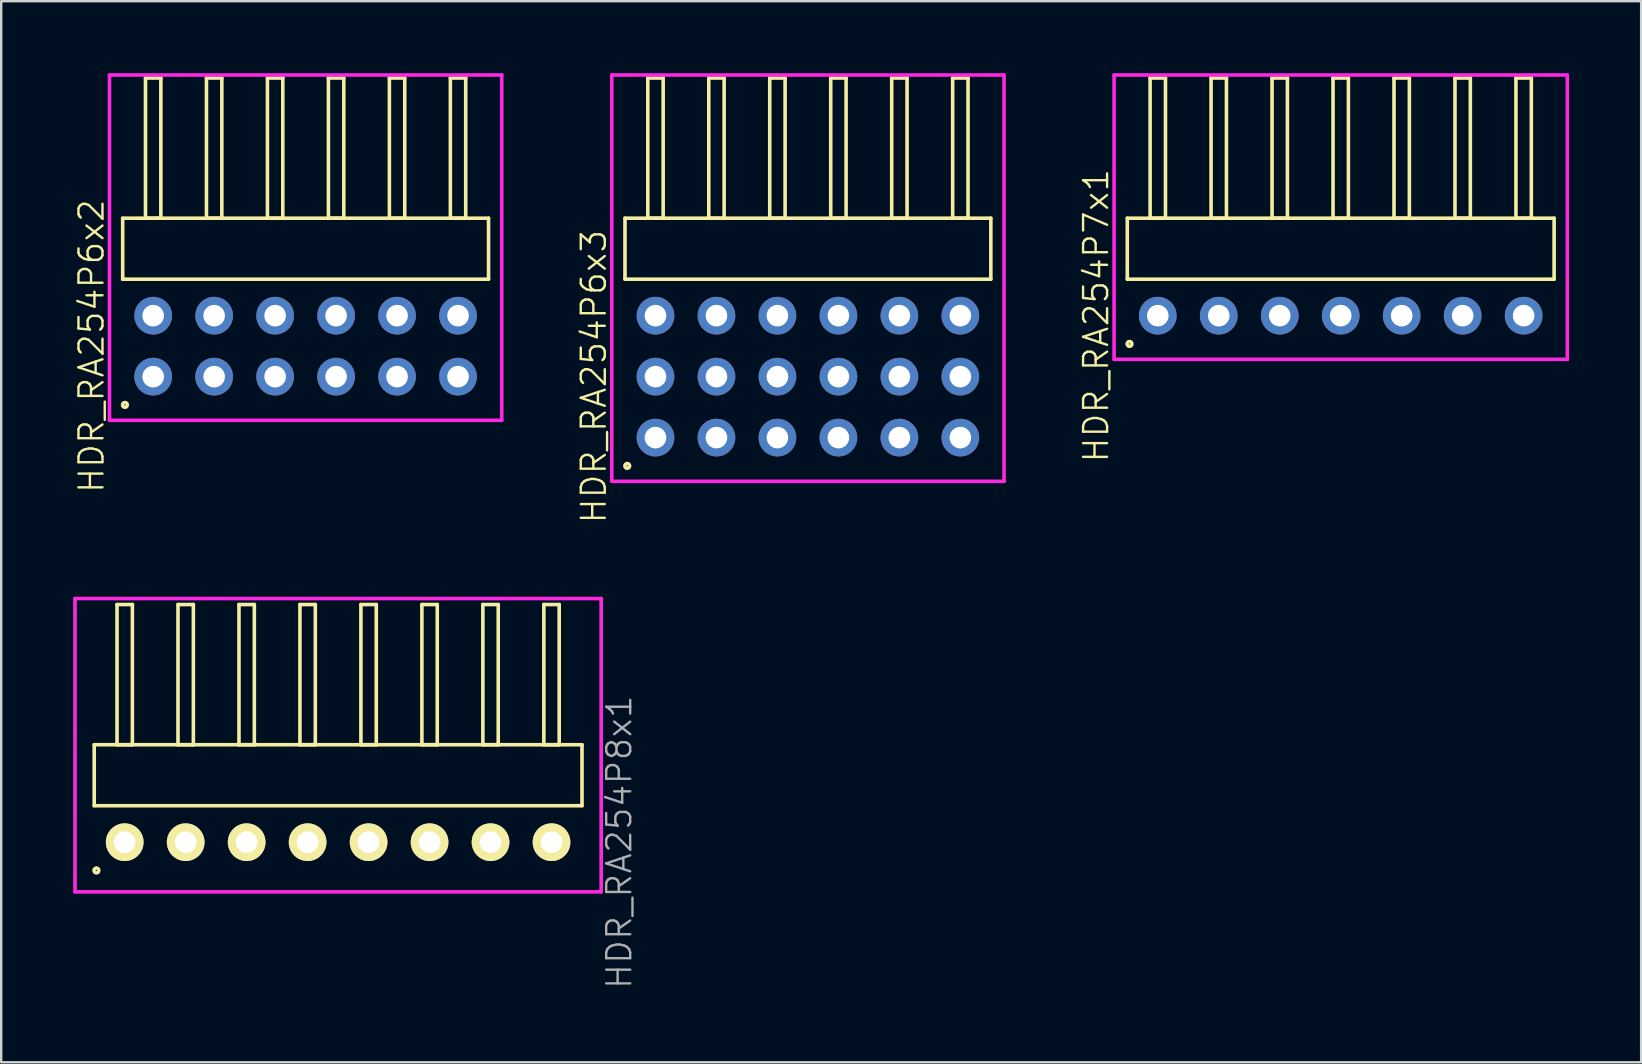
<source format=kicad_pcb>
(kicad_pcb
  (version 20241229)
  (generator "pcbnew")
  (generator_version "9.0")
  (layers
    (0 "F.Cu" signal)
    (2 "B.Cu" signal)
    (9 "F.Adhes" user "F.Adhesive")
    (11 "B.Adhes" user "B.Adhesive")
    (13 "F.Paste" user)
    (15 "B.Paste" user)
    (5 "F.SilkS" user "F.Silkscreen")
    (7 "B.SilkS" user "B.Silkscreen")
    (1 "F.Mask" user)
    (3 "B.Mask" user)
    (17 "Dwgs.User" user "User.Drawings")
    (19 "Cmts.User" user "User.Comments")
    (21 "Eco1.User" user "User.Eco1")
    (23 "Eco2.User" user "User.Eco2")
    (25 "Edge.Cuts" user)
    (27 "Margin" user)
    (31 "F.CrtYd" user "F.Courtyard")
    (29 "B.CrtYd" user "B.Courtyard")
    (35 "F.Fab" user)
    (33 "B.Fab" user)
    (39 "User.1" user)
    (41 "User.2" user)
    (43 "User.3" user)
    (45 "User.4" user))
  (footprint "HDR_RA254P7x1"
    (layer "F.Cu")
    (at 52.801 10.1)
    (property "Reference" "HDR_RA254P7x1" (at -10.19 0 90) (layer "F.SilkS") (effects (font (size 1 1) (thickness 0.1))))
    (attr through_hole)
    (fp_line (start -8.89 -4.06) (end -8.89 -1.52) (stroke (width 0.15) (type solid)) (layer "F.SilkS"))
    (fp_line (start -8.89 -1.52) (end 8.89 -1.52) (stroke (width 0.15) (type solid)) (layer "F.SilkS"))
    (fp_line (start -7.94 -9.9) (end -7.94 -4.06) (stroke (width 0.15) (type solid)) (layer "F.SilkS"))
    (fp_line (start -7.94 -4.06) (end -7.3 -4.06) (stroke (width 0.15) (type solid)) (layer "F.SilkS"))
    (fp_line (start -7.3 -9.9) (end -7.94 -9.9) (stroke (width 0.15) (type solid)) (layer "F.SilkS"))
    (fp_line (start -7.3 -4.06) (end -7.3 -9.9) (stroke (width 0.15) (type solid)) (layer "F.SilkS"))
    (fp_line (start -5.4 -9.9) (end -5.4 -4.06) (stroke (width 0.15) (type solid)) (layer "F.SilkS"))
    (fp_line (start -5.4 -4.06) (end -4.76 -4.06) (stroke (width 0.15) (type solid)) (layer "F.SilkS"))
    (fp_line (start -4.76 -9.9) (end -5.4 -9.9) (stroke (width 0.15) (type solid)) (layer "F.SilkS"))
    (fp_line (start -4.76 -4.06) (end -4.76 -9.9) (stroke (width 0.15) (type solid)) (layer "F.SilkS"))
    (fp_line (start -2.86 -9.9) (end -2.86 -4.06) (stroke (width 0.15) (type solid)) (layer "F.SilkS"))
    (fp_line (start -2.86 -4.06) (end -2.22 -4.06) (stroke (width 0.15) (type solid)) (layer "F.SilkS"))
    (fp_line (start -2.22 -9.9) (end -2.86 -9.9) (stroke (width 0.15) (type solid)) (layer "F.SilkS"))
    (fp_line (start -2.22 -4.06) (end -2.22 -9.9) (stroke (width 0.15) (type solid)) (layer "F.SilkS"))
    (fp_line (start -0.32 -9.9) (end -0.32 -4.06) (stroke (width 0.15) (type solid)) (layer "F.SilkS"))
    (fp_line (start -0.32 -4.06) (end 0.32 -4.06) (stroke (width 0.15) (type solid)) (layer "F.SilkS"))
    (fp_line (start 0.32 -9.9) (end -0.32 -9.9) (stroke (width 0.15) (type solid)) (layer "F.SilkS"))
    (fp_line (start 0.32 -4.06) (end 0.32 -9.9) (stroke (width 0.15) (type solid)) (layer "F.SilkS"))
    (fp_line (start 2.22 -9.9) (end 2.22 -4.06) (stroke (width 0.15) (type solid)) (layer "F.SilkS"))
    (fp_line (start 2.22 -4.06) (end 2.86 -4.06) (stroke (width 0.15) (type solid)) (layer "F.SilkS"))
    (fp_line (start 2.86 -9.9) (end 2.22 -9.9) (stroke (width 0.15) (type solid)) (layer "F.SilkS"))
    (fp_line (start 2.86 -4.06) (end 2.86 -9.9) (stroke (width 0.15) (type solid)) (layer "F.SilkS"))
    (fp_line (start 4.76 -9.9) (end 4.76 -4.06) (stroke (width 0.15) (type solid)) (layer "F.SilkS"))
    (fp_line (start 4.76 -4.06) (end 5.4 -4.06) (stroke (width 0.15) (type solid)) (layer "F.SilkS"))
    (fp_line (start 5.4 -9.9) (end 4.76 -9.9) (stroke (width 0.15) (type solid)) (layer "F.SilkS"))
    (fp_line (start 5.4 -4.06) (end 5.4 -9.9) (stroke (width 0.15) (type solid)) (layer "F.SilkS"))
    (fp_line (start 7.3 -9.9) (end 7.3 -4.06) (stroke (width 0.15) (type solid)) (layer "F.SilkS"))
    (fp_line (start 7.3 -4.06) (end 7.94 -4.06) (stroke (width 0.15) (type solid)) (layer "F.SilkS"))
    (fp_line (start 7.94 -9.9) (end 7.3 -9.9) (stroke (width 0.15) (type solid)) (layer "F.SilkS"))
    (fp_line (start 7.94 -4.06) (end 7.94 -9.9) (stroke (width 0.15) (type solid)) (layer "F.SilkS"))
    (fp_line (start 8.89 -4.06) (end -8.89 -4.06) (stroke (width 0.15) (type solid)) (layer "F.SilkS"))
    (fp_line (start 8.89 -1.52) (end 8.89 -4.06) (stroke (width 0.15) (type solid)) (layer "F.SilkS"))
    (fp_circle (center -8.797 1.177) (end -8.697 1.177) (stroke (width 0.15) (type solid)) (fill no) (layer "F.SilkS"))
    (fp_line (start -9.44 -10.025) (end -9.44 1.82) (stroke (width 0.15) (type solid)) (layer "F.CrtYd"))
    (fp_line (start -9.44 1.82) (end 9.44 1.82) (stroke (width 0.15) (type solid)) (layer "F.CrtYd"))
    (fp_line (start 9.44 -10.025) (end -9.44 -10.025) (stroke (width 0.15) (type solid)) (layer "F.CrtYd"))
    (fp_line (start 9.44 1.82) (end 9.44 -10.025) (stroke (width 0.15) (type solid)) (layer "F.CrtYd"))
    (pad "1" thru_hole oval (at -7.62 0) (size 1.57 1.57) (drill 0.9) (layers "*.Cu" "*.Mask"))
    (pad "2" thru_hole oval (at -5.08 0) (size 1.57 1.57) (drill 0.9) (layers "*.Cu" "*.Mask"))
    (pad "3" thru_hole oval (at -2.54 0) (size 1.57 1.57) (drill 0.9) (layers "*.Cu" "*.Mask"))
    (pad "4" thru_hole oval (at 0 0) (size 1.57 1.57) (drill 0.9) (layers "*.Cu" "*.Mask"))
    (pad "5" thru_hole oval (at 2.54 0) (size 1.57 1.57) (drill 0.9) (layers "*.Cu" "*.Mask"))
    (pad "6" thru_hole oval (at 5.08 0) (size 1.57 1.57) (drill 0.9) (layers "*.Cu" "*.Mask"))
    (pad "7" thru_hole oval (at 7.62 0) (size 1.57 1.57) (drill 0.9) (layers "*.Cu" "*.Mask")))
  (footprint "HDR_RA254P6x3"
    (layer "F.Cu")
    (at 30.606 12.64)
    (property "Reference" "HDR_RA254P6x3" (at -8.92 0 90) (layer "F.SilkS") (effects (font (size 1 1) (thickness 0.1))))
    (attr through_hole)
    (fp_line (start -7.62 -6.6) (end -7.62 -4.06) (stroke (width 0.15) (type solid)) (layer "F.SilkS"))
    (fp_line (start -7.62 -4.06) (end 7.62 -4.06) (stroke (width 0.15) (type solid)) (layer "F.SilkS"))
    (fp_line (start -6.67 -12.44) (end -6.67 -6.6) (stroke (width 0.15) (type solid)) (layer "F.SilkS"))
    (fp_line (start -6.67 -6.6) (end -6.03 -6.6) (stroke (width 0.15) (type solid)) (layer "F.SilkS"))
    (fp_line (start -6.03 -12.44) (end -6.67 -12.44) (stroke (width 0.15) (type solid)) (layer "F.SilkS"))
    (fp_line (start -6.03 -6.6) (end -6.03 -12.44) (stroke (width 0.15) (type solid)) (layer "F.SilkS"))
    (fp_line (start -4.13 -12.44) (end -4.13 -6.6) (stroke (width 0.15) (type solid)) (layer "F.SilkS"))
    (fp_line (start -4.13 -6.6) (end -3.49 -6.6) (stroke (width 0.15) (type solid)) (layer "F.SilkS"))
    (fp_line (start -3.49 -12.44) (end -4.13 -12.44) (stroke (width 0.15) (type solid)) (layer "F.SilkS"))
    (fp_line (start -3.49 -6.6) (end -3.49 -12.44) (stroke (width 0.15) (type solid)) (layer "F.SilkS"))
    (fp_line (start -1.59 -12.44) (end -1.59 -6.6) (stroke (width 0.15) (type solid)) (layer "F.SilkS"))
    (fp_line (start -1.59 -6.6) (end -0.95 -6.6) (stroke (width 0.15) (type solid)) (layer "F.SilkS"))
    (fp_line (start -0.95 -12.44) (end -1.59 -12.44) (stroke (width 0.15) (type solid)) (layer "F.SilkS"))
    (fp_line (start -0.95 -6.6) (end -0.95 -12.44) (stroke (width 0.15) (type solid)) (layer "F.SilkS"))
    (fp_line (start 0.95 -12.44) (end 0.95 -6.6) (stroke (width 0.15) (type solid)) (layer "F.SilkS"))
    (fp_line (start 0.95 -6.6) (end 1.59 -6.6) (stroke (width 0.15) (type solid)) (layer "F.SilkS"))
    (fp_line (start 1.59 -12.44) (end 0.95 -12.44) (stroke (width 0.15) (type solid)) (layer "F.SilkS"))
    (fp_line (start 1.59 -6.6) (end 1.59 -12.44) (stroke (width 0.15) (type solid)) (layer "F.SilkS"))
    (fp_line (start 3.49 -12.44) (end 3.49 -6.6) (stroke (width 0.15) (type solid)) (layer "F.SilkS"))
    (fp_line (start 3.49 -6.6) (end 4.13 -6.6) (stroke (width 0.15) (type solid)) (layer "F.SilkS"))
    (fp_line (start 4.13 -12.44) (end 3.49 -12.44) (stroke (width 0.15) (type solid)) (layer "F.SilkS"))
    (fp_line (start 4.13 -6.6) (end 4.13 -12.44) (stroke (width 0.15) (type solid)) (layer "F.SilkS"))
    (fp_line (start 6.03 -12.44) (end 6.03 -6.6) (stroke (width 0.15) (type solid)) (layer "F.SilkS"))
    (fp_line (start 6.03 -6.6) (end 6.67 -6.6) (stroke (width 0.15) (type solid)) (layer "F.SilkS"))
    (fp_line (start 6.67 -12.44) (end 6.03 -12.44) (stroke (width 0.15) (type solid)) (layer "F.SilkS"))
    (fp_line (start 6.67 -6.6) (end 6.67 -12.44) (stroke (width 0.15) (type solid)) (layer "F.SilkS"))
    (fp_line (start 7.62 -6.6) (end -7.62 -6.6) (stroke (width 0.15) (type solid)) (layer "F.SilkS"))
    (fp_line (start 7.62 -4.06) (end 7.62 -6.6) (stroke (width 0.15) (type solid)) (layer "F.SilkS"))
    (fp_circle (center -7.527 3.718) (end -7.428 3.718) (stroke (width 0.15) (type solid)) (fill no) (layer "F.SilkS"))
    (fp_line (start -8.17 -12.565) (end -8.17 4.36) (stroke (width 0.15) (type solid)) (layer "F.CrtYd"))
    (fp_line (start -8.17 4.36) (end 8.17 4.36) (stroke (width 0.15) (type solid)) (layer "F.CrtYd"))
    (fp_line (start 8.17 -12.565) (end -8.17 -12.565) (stroke (width 0.15) (type solid)) (layer "F.CrtYd"))
    (fp_line (start 8.17 4.36) (end 8.17 -12.565) (stroke (width 0.15) (type solid)) (layer "F.CrtYd"))
    (pad "1" thru_hole oval (at -6.35 2.54) (size 1.57 1.57) (drill 0.9) (layers "*.Cu" "*.Mask"))
    (pad "2" thru_hole oval (at -6.35 0) (size 1.57 1.57) (drill 0.9) (layers "*.Cu" "*.Mask"))
    (pad "3" thru_hole oval (at -6.35 -2.54) (size 1.57 1.57) (drill 0.9) (layers "*.Cu" "*.Mask"))
    (pad "4" thru_hole oval (at -3.81 2.54) (size 1.57 1.57) (drill 0.9) (layers "*.Cu" "*.Mask"))
    (pad "5" thru_hole oval (at -3.81 0) (size 1.57 1.57) (drill 0.9) (layers "*.Cu" "*.Mask"))
    (pad "6" thru_hole oval (at -3.81 -2.54) (size 1.57 1.57) (drill 0.9) (layers "*.Cu" "*.Mask"))
    (pad "7" thru_hole oval (at -1.27 2.54) (size 1.57 1.57) (drill 0.9) (layers "*.Cu" "*.Mask"))
    (pad "8" thru_hole oval (at -1.27 0) (size 1.57 1.57) (drill 0.9) (layers "*.Cu" "*.Mask"))
    (pad "9" thru_hole oval (at -1.27 -2.54) (size 1.57 1.57) (drill 0.9) (layers "*.Cu" "*.Mask"))
    (pad "10" thru_hole oval (at 1.27 2.54) (size 1.57 1.57) (drill 0.9) (layers "*.Cu" "*.Mask"))
    (pad "11" thru_hole oval (at 1.27 0) (size 1.57 1.57) (drill 0.9) (layers "*.Cu" "*.Mask"))
    (pad "12" thru_hole oval (at 1.27 -2.54) (size 1.57 1.57) (drill 0.9) (layers "*.Cu" "*.Mask"))
    (pad "13" thru_hole oval (at 3.81 2.54) (size 1.57 1.57) (drill 0.9) (layers "*.Cu" "*.Mask"))
    (pad "14" thru_hole oval (at 3.81 0) (size 1.57 1.57) (drill 0.9) (layers "*.Cu" "*.Mask"))
    (pad "15" thru_hole oval (at 3.81 -2.54) (size 1.57 1.57) (drill 0.9) (layers "*.Cu" "*.Mask"))
    (pad "16" thru_hole oval (at 6.35 2.54) (size 1.57 1.57) (drill 0.9) (layers "*.Cu" "*.Mask"))
    (pad "17" thru_hole oval (at 6.35 0) (size 1.57 1.57) (drill 0.9) (layers "*.Cu" "*.Mask"))
    (pad "18" thru_hole oval (at 6.35 -2.54) (size 1.57 1.57) (drill 0.9) (layers "*.Cu" "*.Mask")))
  (footprint "HDR_RA254P6x2"
    (layer "F.Cu")
    (at 9.681 11.37)
    (property "Reference" "HDR_RA254P6x2" (at -8.92 0 90) (layer "F.SilkS") (effects (font (size 1 1) (thickness 0.1))))
    (attr through_hole)
    (fp_line (start -7.62 -5.33) (end -7.62 -2.79) (stroke (width 0.15) (type solid)) (layer "F.SilkS"))
    (fp_line (start -7.62 -2.79) (end 7.62 -2.79) (stroke (width 0.15) (type solid)) (layer "F.SilkS"))
    (fp_line (start -6.67 -11.17) (end -6.67 -5.33) (stroke (width 0.15) (type solid)) (layer "F.SilkS"))
    (fp_line (start -6.67 -5.33) (end -6.03 -5.33) (stroke (width 0.15) (type solid)) (layer "F.SilkS"))
    (fp_line (start -6.03 -11.17) (end -6.67 -11.17) (stroke (width 0.15) (type solid)) (layer "F.SilkS"))
    (fp_line (start -6.03 -5.33) (end -6.03 -11.17) (stroke (width 0.15) (type solid)) (layer "F.SilkS"))
    (fp_line (start -4.13 -11.17) (end -4.13 -5.33) (stroke (width 0.15) (type solid)) (layer "F.SilkS"))
    (fp_line (start -4.13 -5.33) (end -3.49 -5.33) (stroke (width 0.15) (type solid)) (layer "F.SilkS"))
    (fp_line (start -3.49 -11.17) (end -4.13 -11.17) (stroke (width 0.15) (type solid)) (layer "F.SilkS"))
    (fp_line (start -3.49 -5.33) (end -3.49 -11.17) (stroke (width 0.15) (type solid)) (layer "F.SilkS"))
    (fp_line (start -1.59 -11.17) (end -1.59 -5.33) (stroke (width 0.15) (type solid)) (layer "F.SilkS"))
    (fp_line (start -1.59 -5.33) (end -0.95 -5.33) (stroke (width 0.15) (type solid)) (layer "F.SilkS"))
    (fp_line (start -0.95 -11.17) (end -1.59 -11.17) (stroke (width 0.15) (type solid)) (layer "F.SilkS"))
    (fp_line (start -0.95 -5.33) (end -0.95 -11.17) (stroke (width 0.15) (type solid)) (layer "F.SilkS"))
    (fp_line (start 0.95 -11.17) (end 0.95 -5.33) (stroke (width 0.15) (type solid)) (layer "F.SilkS"))
    (fp_line (start 0.95 -5.33) (end 1.59 -5.33) (stroke (width 0.15) (type solid)) (layer "F.SilkS"))
    (fp_line (start 1.59 -11.17) (end 0.95 -11.17) (stroke (width 0.15) (type solid)) (layer "F.SilkS"))
    (fp_line (start 1.59 -5.33) (end 1.59 -11.17) (stroke (width 0.15) (type solid)) (layer "F.SilkS"))
    (fp_line (start 3.49 -11.17) (end 3.49 -5.33) (stroke (width 0.15) (type solid)) (layer "F.SilkS"))
    (fp_line (start 3.49 -5.33) (end 4.13 -5.33) (stroke (width 0.15) (type solid)) (layer "F.SilkS"))
    (fp_line (start 4.13 -11.17) (end 3.49 -11.17) (stroke (width 0.15) (type solid)) (layer "F.SilkS"))
    (fp_line (start 4.13 -5.33) (end 4.13 -11.17) (stroke (width 0.15) (type solid)) (layer "F.SilkS"))
    (fp_line (start 6.03 -11.17) (end 6.03 -5.33) (stroke (width 0.15) (type solid)) (layer "F.SilkS"))
    (fp_line (start 6.03 -5.33) (end 6.67 -5.33) (stroke (width 0.15) (type solid)) (layer "F.SilkS"))
    (fp_line (start 6.67 -11.17) (end 6.03 -11.17) (stroke (width 0.15) (type solid)) (layer "F.SilkS"))
    (fp_line (start 6.67 -5.33) (end 6.67 -11.17) (stroke (width 0.15) (type solid)) (layer "F.SilkS"))
    (fp_line (start 7.62 -5.33) (end -7.62 -5.33) (stroke (width 0.15) (type solid)) (layer "F.SilkS"))
    (fp_line (start 7.62 -2.79) (end 7.62 -5.33) (stroke (width 0.15) (type solid)) (layer "F.SilkS"))
    (fp_circle (center -7.527 2.448) (end -7.428 2.448) (stroke (width 0.15) (type solid)) (fill no) (layer "F.SilkS"))
    (fp_line (start -8.17 -11.295) (end -8.17 3.09) (stroke (width 0.15) (type solid)) (layer "F.CrtYd"))
    (fp_line (start -8.17 3.09) (end 8.17 3.09) (stroke (width 0.15) (type solid)) (layer "F.CrtYd"))
    (fp_line (start 8.17 -11.295) (end -8.17 -11.295) (stroke (width 0.15) (type solid)) (layer "F.CrtYd"))
    (fp_line (start 8.17 3.09) (end 8.17 -11.295) (stroke (width 0.15) (type solid)) (layer "F.CrtYd"))
    (pad "1" thru_hole oval (at -6.35 1.27) (size 1.57 1.57) (drill 0.9) (layers "*.Cu" "*.Mask"))
    (pad "2" thru_hole oval (at -6.35 -1.27) (size 1.57 1.57) (drill 0.9) (layers "*.Cu" "*.Mask"))
    (pad "3" thru_hole oval (at -3.81 1.27) (size 1.57 1.57) (drill 0.9) (layers "*.Cu" "*.Mask"))
    (pad "4" thru_hole oval (at -3.81 -1.27) (size 1.57 1.57) (drill 0.9) (layers "*.Cu" "*.Mask"))
    (pad "5" thru_hole oval (at -1.27 1.27) (size 1.57 1.57) (drill 0.9) (layers "*.Cu" "*.Mask"))
    (pad "6" thru_hole oval (at -1.27 -1.27) (size 1.57 1.57) (drill 0.9) (layers "*.Cu" "*.Mask"))
    (pad "7" thru_hole oval (at 1.27 1.27) (size 1.57 1.57) (drill 0.9) (layers "*.Cu" "*.Mask"))
    (pad "8" thru_hole oval (at 1.27 -1.27) (size 1.57 1.57) (drill 0.9) (layers "*.Cu" "*.Mask"))
    (pad "9" thru_hole oval (at 3.81 1.27) (size 1.57 1.57) (drill 0.9) (layers "*.Cu" "*.Mask"))
    (pad "10" thru_hole oval (at 3.81 -1.27) (size 1.57 1.57) (drill 0.9) (layers "*.Cu" "*.Mask"))
    (pad "11" thru_hole oval (at 6.35 1.27) (size 1.57 1.57) (drill 0.9) (layers "*.Cu" "*.Mask"))
    (pad "12" thru_hole oval (at 6.35 -1.27) (size 1.57 1.57) (drill 0.9) (layers "*.Cu" "*.Mask")))
  (footprint "HDR_RA254P8x1"
    (layer "F.Cu")
    (at 11.035 32.034)
    (property "Reference" "HDR_RA254P8x1" (at 11.71 0 90) (layer "F.Fab") (effects (font (size 1 1) (thickness 0.1))))
    (attr through_hole)
    (fp_line (start -10.16 -4.06) (end -10.16 -1.52) (stroke (width 0.15) (type solid)) (layer "F.SilkS"))
    (fp_line (start -10.16 -1.52) (end 10.16 -1.52) (stroke (width 0.15) (type solid)) (layer "F.SilkS"))
    (fp_line (start -9.21 -9.9) (end -9.21 -4.06) (stroke (width 0.15) (type solid)) (layer "F.SilkS"))
    (fp_line (start -9.21 -4.06) (end -8.57 -4.06) (stroke (width 0.15) (type solid)) (layer "F.SilkS"))
    (fp_line (start -8.57 -9.9) (end -9.21 -9.9) (stroke (width 0.15) (type solid)) (layer "F.SilkS"))
    (fp_line (start -8.57 -4.06) (end -8.57 -9.9) (stroke (width 0.15) (type solid)) (layer "F.SilkS"))
    (fp_line (start -6.67 -9.9) (end -6.67 -4.06) (stroke (width 0.15) (type solid)) (layer "F.SilkS"))
    (fp_line (start -6.67 -4.06) (end -6.03 -4.06) (stroke (width 0.15) (type solid)) (layer "F.SilkS"))
    (fp_line (start -6.03 -9.9) (end -6.67 -9.9) (stroke (width 0.15) (type solid)) (layer "F.SilkS"))
    (fp_line (start -6.03 -4.06) (end -6.03 -9.9) (stroke (width 0.15) (type solid)) (layer "F.SilkS"))
    (fp_line (start -4.13 -9.9) (end -4.13 -4.06) (stroke (width 0.15) (type solid)) (layer "F.SilkS"))
    (fp_line (start -4.13 -4.06) (end -3.49 -4.06) (stroke (width 0.15) (type solid)) (layer "F.SilkS"))
    (fp_line (start -3.49 -9.9) (end -4.13 -9.9) (stroke (width 0.15) (type solid)) (layer "F.SilkS"))
    (fp_line (start -3.49 -4.06) (end -3.49 -9.9) (stroke (width 0.15) (type solid)) (layer "F.SilkS"))
    (fp_line (start -1.59 -9.9) (end -1.59 -4.06) (stroke (width 0.15) (type solid)) (layer "F.SilkS"))
    (fp_line (start -1.59 -4.06) (end -0.95 -4.06) (stroke (width 0.15) (type solid)) (layer "F.SilkS"))
    (fp_line (start -0.95 -9.9) (end -1.59 -9.9) (stroke (width 0.15) (type solid)) (layer "F.SilkS"))
    (fp_line (start -0.95 -4.06) (end -0.95 -9.9) (stroke (width 0.15) (type solid)) (layer "F.SilkS"))
    (fp_line (start 0.95 -9.9) (end 0.95 -4.06) (stroke (width 0.15) (type solid)) (layer "F.SilkS"))
    (fp_line (start 0.95 -4.06) (end 1.59 -4.06) (stroke (width 0.15) (type solid)) (layer "F.SilkS"))
    (fp_line (start 1.59 -9.9) (end 0.95 -9.9) (stroke (width 0.15) (type solid)) (layer "F.SilkS"))
    (fp_line (start 1.59 -4.06) (end 1.59 -9.9) (stroke (width 0.15) (type solid)) (layer "F.SilkS"))
    (fp_line (start 3.49 -9.9) (end 3.49 -4.06) (stroke (width 0.15) (type solid)) (layer "F.SilkS"))
    (fp_line (start 3.49 -4.06) (end 4.13 -4.06) (stroke (width 0.15) (type solid)) (layer "F.SilkS"))
    (fp_line (start 4.13 -9.9) (end 3.49 -9.9) (stroke (width 0.15) (type solid)) (layer "F.SilkS"))
    (fp_line (start 4.13 -4.06) (end 4.13 -9.9) (stroke (width 0.15) (type solid)) (layer "F.SilkS"))
    (fp_line (start 6.03 -9.9) (end 6.03 -4.06) (stroke (width 0.15) (type solid)) (layer "F.SilkS"))
    (fp_line (start 6.03 -4.06) (end 6.67 -4.06) (stroke (width 0.15) (type solid)) (layer "F.SilkS"))
    (fp_line (start 6.67 -9.9) (end 6.03 -9.9) (stroke (width 0.15) (type solid)) (layer "F.SilkS"))
    (fp_line (start 6.67 -4.06) (end 6.67 -9.9) (stroke (width 0.15) (type solid)) (layer "F.SilkS"))
    (fp_line (start 8.57 -9.9) (end 8.57 -4.06) (stroke (width 0.15) (type solid)) (layer "F.SilkS"))
    (fp_line (start 8.57 -4.06) (end 9.21 -4.06) (stroke (width 0.15) (type solid)) (layer "F.SilkS"))
    (fp_line (start 9.21 -9.9) (end 8.57 -9.9) (stroke (width 0.15) (type solid)) (layer "F.SilkS"))
    (fp_line (start 9.21 -4.06) (end 9.21 -9.9) (stroke (width 0.15) (type solid)) (layer "F.SilkS"))
    (fp_line (start 10.16 -4.06) (end -10.16 -4.06) (stroke (width 0.15) (type solid)) (layer "F.SilkS"))
    (fp_line (start 10.16 -1.52) (end 10.16 -4.06) (stroke (width 0.15) (type solid)) (layer "F.SilkS"))
    (fp_circle (center -10.068 1.178) (end -9.968 1.178) (stroke (width 0.15) (type solid)) (fill no) (layer "F.SilkS"))
    (fp_line (start -10.96 -10.15) (end -10.96 2.07) (stroke (width 0.15) (type solid)) (layer "F.CrtYd"))
    (fp_line (start -10.96 2.07) (end 10.96 2.07) (stroke (width 0.15) (type solid)) (layer "F.CrtYd"))
    (fp_line (start 10.96 -10.15) (end -10.96 -10.15) (stroke (width 0.15) (type solid)) (layer "F.CrtYd"))
    (fp_line (start 10.96 2.07) (end 10.96 -10.15) (stroke (width 0.15) (type solid)) (layer "F.CrtYd"))
    (pad "1" thru_hole oval (at -8.89 0) (size 1.57 1.57) (drill 0.9) (layers "*.Cu" "*.Mask" "F.SilkS"))
    (pad "2" thru_hole oval (at -6.35 0) (size 1.57 1.57) (drill 0.9) (layers "*.Cu" "*.Mask" "F.SilkS"))
    (pad "3" thru_hole oval (at -3.81 0) (size 1.57 1.57) (drill 0.9) (layers "*.Cu" "*.Mask" "F.SilkS"))
    (pad "4" thru_hole oval (at -1.27 0) (size 1.57 1.57) (drill 0.9) (layers "*.Cu" "*.Mask" "F.SilkS"))
    (pad "5" thru_hole oval (at 1.27 0) (size 1.57 1.57) (drill 0.9) (layers "*.Cu" "*.Mask" "F.SilkS"))
    (pad "6" thru_hole oval (at 3.81 0) (size 1.57 1.57) (drill 0.9) (layers "*.Cu" "*.Mask" "F.SilkS"))
    (pad "7" thru_hole oval (at 6.35 0) (size 1.57 1.57) (drill 0.9) (layers "*.Cu" "*.Mask" "F.SilkS"))
    (pad "8" thru_hole oval (at 8.89 0) (size 1.57 1.57) (drill 0.9) (layers "*.Cu" "*.Mask" "F.SilkS")))
  (gr_rect
    (start -3 -3)
    (end 65.317 41.203)
    (stroke (width 0.1) (type default))
    (fill no)
    (layer "Edge.Cuts")))
</source>
